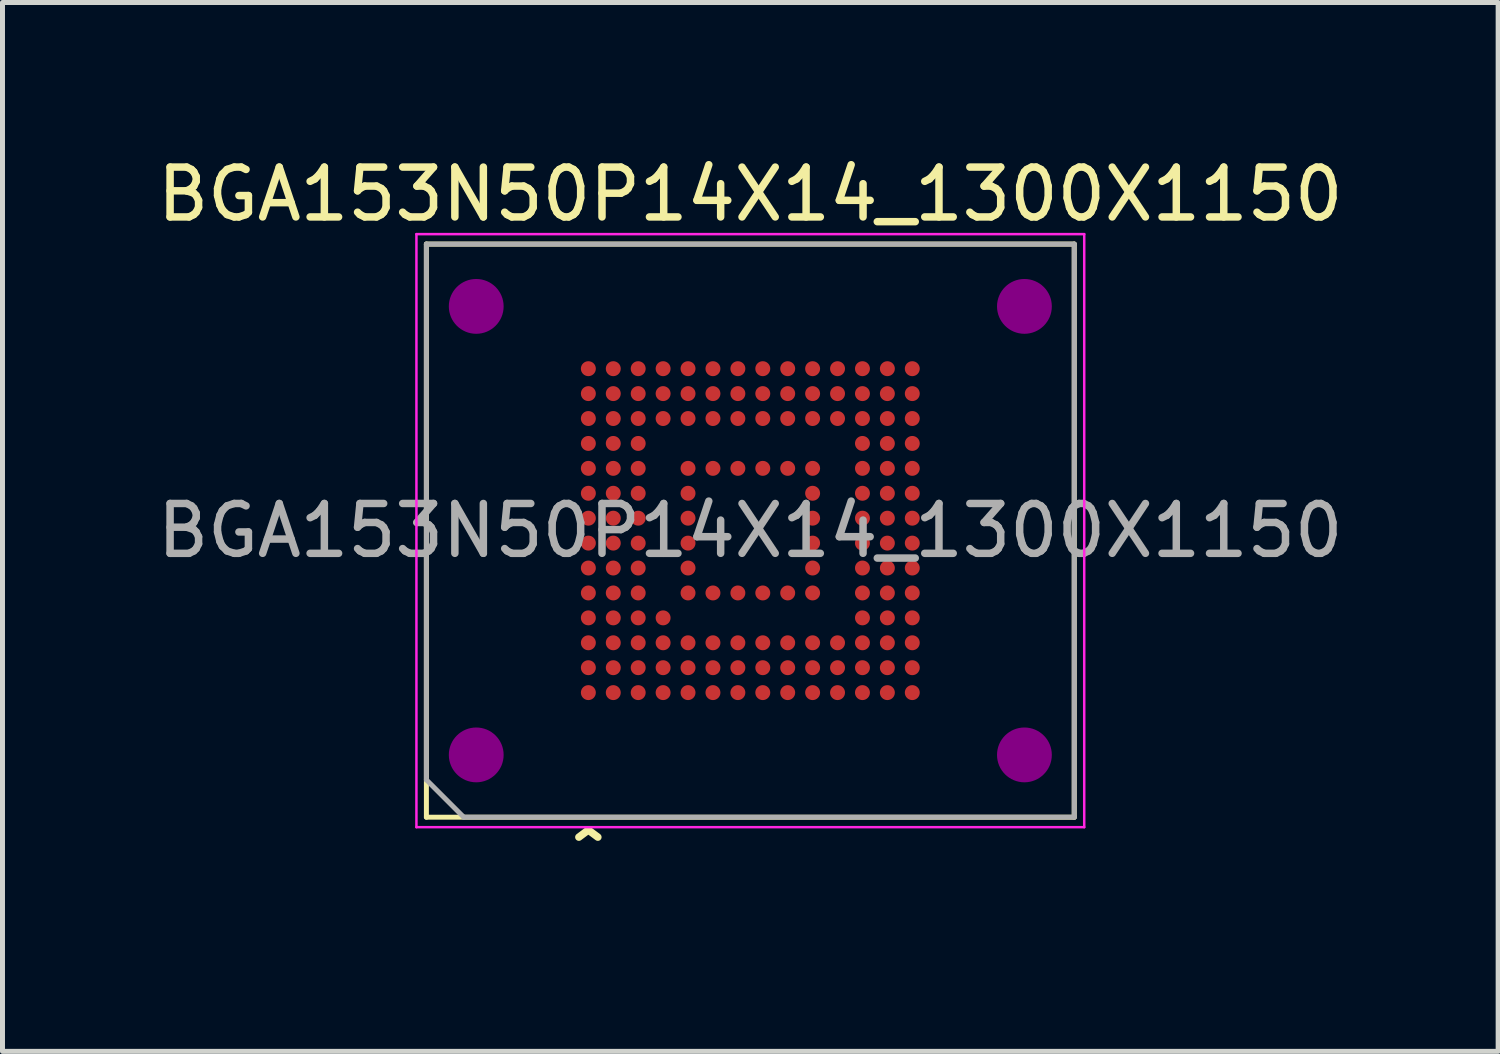
<source format=kicad_pcb>
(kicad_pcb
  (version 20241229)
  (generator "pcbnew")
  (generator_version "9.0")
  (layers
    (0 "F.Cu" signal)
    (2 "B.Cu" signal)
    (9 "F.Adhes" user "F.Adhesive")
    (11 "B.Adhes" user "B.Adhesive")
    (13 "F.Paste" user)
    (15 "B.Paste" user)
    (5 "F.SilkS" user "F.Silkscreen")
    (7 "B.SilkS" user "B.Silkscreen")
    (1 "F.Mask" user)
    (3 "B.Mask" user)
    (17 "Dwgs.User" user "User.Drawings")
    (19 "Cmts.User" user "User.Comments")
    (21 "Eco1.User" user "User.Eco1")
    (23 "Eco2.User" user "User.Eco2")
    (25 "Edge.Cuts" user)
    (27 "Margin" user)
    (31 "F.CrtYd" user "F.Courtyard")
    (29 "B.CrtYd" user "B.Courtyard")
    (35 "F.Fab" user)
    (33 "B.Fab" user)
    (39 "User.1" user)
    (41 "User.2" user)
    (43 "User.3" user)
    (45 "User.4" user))
  (footprint "BGA153N50P14X14_1300X1150"
    (layer "F.Cu")
    (at 12.006 7.598)
    (property "Reference" "BGA153N50P14X14_1300X1150" (at 0 -6.75 0) (layer "F.SilkS") (effects (font (size 1 1) (thickness 0.15))))
    (attr smd)
    (fp_line (start -6.5 -5.75) (end 6.5 -5.75) (stroke (width 0.1) (type solid)) (layer "F.SilkS"))
    (fp_line (start -6.5 5.75) (end -6.5 -5.75) (stroke (width 0.1) (type solid)) (layer "F.SilkS"))
    (fp_line (start 6.5 -5.75) (end 6.5 5.75) (stroke (width 0.1) (type solid)) (layer "F.SilkS"))
    (fp_line (start 6.5 5.75) (end -6.5 5.75) (stroke (width 0.1) (type solid)) (layer "F.SilkS"))
    (fp_circle (center -5.5 -4.5) (end -5 -4.5) (stroke (width 0.1) (type solid)) (fill yes) (layer "F.Adhes"))
    (fp_circle (center -5.5 4.5) (end -5 4.5) (stroke (width 0.1) (type solid)) (fill yes) (layer "F.Adhes"))
    (fp_circle (center 5.5 -4.5) (end 6 -4.5) (stroke (width 0.1) (type solid)) (fill yes) (layer "F.Adhes"))
    (fp_circle (center 5.5 4.5) (end 6 4.5) (stroke (width 0.1) (type solid)) (fill yes) (layer "F.Adhes"))
    (fp_line (start -6.7 -5.95) (end 6.7 -5.95) (stroke (width 0.05) (type solid)) (layer "F.CrtYd"))
    (fp_line (start -6.7 5.95) (end -6.7 -5.95) (stroke (width 0.05) (type solid)) (layer "F.CrtYd"))
    (fp_line (start 6.7 -5.95) (end 6.7 5.95) (stroke (width 0.05) (type solid)) (layer "F.CrtYd"))
    (fp_line (start 6.7 5.95) (end -6.7 5.95) (stroke (width 0.05) (type solid)) (layer "F.CrtYd"))
    (fp_line (start -6.5 -5.75) (end 6.5 -5.75) (stroke (width 0.1) (type solid)) (layer "F.Fab"))
    (fp_line (start -6.5 5) (end -6.5 -5.75) (stroke (width 0.1) (type solid)) (layer "F.Fab"))
    (fp_line (start -5.75 5.75) (end -6.5 5) (stroke (width 0.1) (type solid)) (layer "F.Fab"))
    (fp_line (start 6.5 -5.75) (end 6.5 5.75) (stroke (width 0.1) (type solid)) (layer "F.Fab"))
    (fp_line (start 6.5 5.75) (end -5.75 5.75) (stroke (width 0.1) (type solid)) (layer "F.Fab"))
    (fp_text user "^" (at -3.25 6.6 0) (unlocked yes) (layer "F.SilkS") (effects (font (size 1 1) (thickness 0.15))))
    (fp_text user "${REFERENCE}" (at 0 0 0) (unlocked yes) (layer "F.Fab") (effects (font (size 1 1) (thickness 0.15))))
    (pad "A1" smd circle (at -3.25 3.25 90) (size 0.3 0.3) (layers "F.Cu" "F.Mask" "F.Paste"))
    (pad "A2" smd circle (at -3.25 2.75 90) (size 0.3 0.3) (layers "F.Cu" "F.Mask" "F.Paste"))
    (pad "A3" smd circle (at -3.25 2.25 90) (size 0.3 0.3) (layers "F.Cu" "F.Mask" "F.Paste"))
    (pad "A4" smd circle (at -3.25 1.75 90) (size 0.3 0.3) (layers "F.Cu" "F.Mask" "F.Paste"))
    (pad "A5" smd circle (at -3.25 1.25 90) (size 0.3 0.3) (layers "F.Cu" "F.Mask" "F.Paste"))
    (pad "A6" smd circle (at -3.25 0.75 90) (size 0.3 0.3) (layers "F.Cu" "F.Mask" "F.Paste"))
    (pad "A7" smd circle (at -3.25 0.25 90) (size 0.3 0.3) (layers "F.Cu" "F.Mask" "F.Paste"))
    (pad "A8" smd circle (at -3.25 -0.25 90) (size 0.3 0.3) (layers "F.Cu" "F.Mask" "F.Paste"))
    (pad "A9" smd circle (at -3.25 -0.75 90) (size 0.3 0.3) (layers "F.Cu" "F.Mask" "F.Paste"))
    (pad "A10" smd circle (at -3.25 -1.25 90) (size 0.3 0.3) (layers "F.Cu" "F.Mask" "F.Paste"))
    (pad "A11" smd circle (at -3.25 -1.75 90) (size 0.3 0.3) (layers "F.Cu" "F.Mask" "F.Paste"))
    (pad "A12" smd circle (at -3.25 -2.25 90) (size 0.3 0.3) (layers "F.Cu" "F.Mask" "F.Paste"))
    (pad "A13" smd circle (at -3.25 -2.75 90) (size 0.3 0.3) (layers "F.Cu" "F.Mask" "F.Paste"))
    (pad "A14" smd circle (at -3.25 -3.25 90) (size 0.3 0.3) (layers "F.Cu" "F.Mask" "F.Paste"))
    (pad "B1" smd circle (at -2.75 3.25 90) (size 0.3 0.3) (layers "F.Cu" "F.Mask" "F.Paste"))
    (pad "B2" smd circle (at -2.75 2.75 90) (size 0.3 0.3) (layers "F.Cu" "F.Mask" "F.Paste"))
    (pad "B3" smd circle (at -2.75 2.25 90) (size 0.3 0.3) (layers "F.Cu" "F.Mask" "F.Paste"))
    (pad "B4" smd circle (at -2.75 1.75 90) (size 0.3 0.3) (layers "F.Cu" "F.Mask" "F.Paste"))
    (pad "B5" smd circle (at -2.75 1.25 90) (size 0.3 0.3) (layers "F.Cu" "F.Mask" "F.Paste"))
    (pad "B6" smd circle (at -2.75 0.75 90) (size 0.3 0.3) (layers "F.Cu" "F.Mask" "F.Paste"))
    (pad "B7" smd circle (at -2.75 0.25 90) (size 0.3 0.3) (layers "F.Cu" "F.Mask" "F.Paste"))
    (pad "B8" smd circle (at -2.75 -0.25 90) (size 0.3 0.3) (layers "F.Cu" "F.Mask" "F.Paste"))
    (pad "B9" smd circle (at -2.75 -0.75 90) (size 0.3 0.3) (layers "F.Cu" "F.Mask" "F.Paste"))
    (pad "B10" smd circle (at -2.75 -1.25 90) (size 0.3 0.3) (layers "F.Cu" "F.Mask" "F.Paste"))
    (pad "B11" smd circle (at -2.75 -1.75 90) (size 0.3 0.3) (layers "F.Cu" "F.Mask" "F.Paste"))
    (pad "B12" smd circle (at -2.75 -2.25 90) (size 0.3 0.3) (layers "F.Cu" "F.Mask" "F.Paste"))
    (pad "B13" smd circle (at -2.75 -2.75 90) (size 0.3 0.3) (layers "F.Cu" "F.Mask" "F.Paste"))
    (pad "B14" smd circle (at -2.75 -3.25 90) (size 0.3 0.3) (layers "F.Cu" "F.Mask" "F.Paste"))
    (pad "C1" smd circle (at -2.25 3.25 90) (size 0.3 0.3) (layers "F.Cu" "F.Mask" "F.Paste"))
    (pad "C2" smd circle (at -2.25 2.75 90) (size 0.3 0.3) (layers "F.Cu" "F.Mask" "F.Paste"))
    (pad "C3" smd circle (at -2.25 2.25 90) (size 0.3 0.3) (layers "F.Cu" "F.Mask" "F.Paste"))
    (pad "C4" smd circle (at -2.25 1.75 90) (size 0.3 0.3) (layers "F.Cu" "F.Mask" "F.Paste"))
    (pad "C5" smd circle (at -2.25 1.25 90) (size 0.3 0.3) (layers "F.Cu" "F.Mask" "F.Paste"))
    (pad "C6" smd circle (at -2.25 0.75 90) (size 0.3 0.3) (layers "F.Cu" "F.Mask" "F.Paste"))
    (pad "C7" smd circle (at -2.25 0.25 90) (size 0.3 0.3) (layers "F.Cu" "F.Mask" "F.Paste"))
    (pad "C8" smd circle (at -2.25 -0.25 90) (size 0.3 0.3) (layers "F.Cu" "F.Mask" "F.Paste"))
    (pad "C9" smd circle (at -2.25 -0.75 90) (size 0.3 0.3) (layers "F.Cu" "F.Mask" "F.Paste"))
    (pad "C10" smd circle (at -2.25 -1.25 90) (size 0.3 0.3) (layers "F.Cu" "F.Mask" "F.Paste"))
    (pad "C11" smd circle (at -2.25 -1.75 90) (size 0.3 0.3) (layers "F.Cu" "F.Mask" "F.Paste"))
    (pad "C12" smd circle (at -2.25 -2.25 90) (size 0.3 0.3) (layers "F.Cu" "F.Mask" "F.Paste"))
    (pad "C13" smd circle (at -2.25 -2.75 90) (size 0.3 0.3) (layers "F.Cu" "F.Mask" "F.Paste"))
    (pad "C14" smd circle (at -2.25 -3.25 90) (size 0.3 0.3) (layers "F.Cu" "F.Mask" "F.Paste"))
    (pad "D1" smd circle (at -1.75 3.25 90) (size 0.3 0.3) (layers "F.Cu" "F.Mask" "F.Paste"))
    (pad "D2" smd circle (at -1.75 2.75 90) (size 0.3 0.3) (layers "F.Cu" "F.Mask" "F.Paste"))
    (pad "D3" smd circle (at -1.75 2.25 90) (size 0.3 0.3) (layers "F.Cu" "F.Mask" "F.Paste"))
    (pad "D4" smd circle (at -1.75 1.75 90) (size 0.3 0.3) (layers "F.Cu" "F.Mask" "F.Paste"))
    (pad "D12" smd circle (at -1.75 -2.25 90) (size 0.3 0.3) (layers "F.Cu" "F.Mask" "F.Paste"))
    (pad "D13" smd circle (at -1.75 -2.75 90) (size 0.3 0.3) (layers "F.Cu" "F.Mask" "F.Paste"))
    (pad "D14" smd circle (at -1.75 -3.25 90) (size 0.3 0.3) (layers "F.Cu" "F.Mask" "F.Paste"))
    (pad "E1" smd circle (at -1.25 3.25 90) (size 0.3 0.3) (layers "F.Cu" "F.Mask" "F.Paste"))
    (pad "E2" smd circle (at -1.25 2.75 90) (size 0.3 0.3) (layers "F.Cu" "F.Mask" "F.Paste"))
    (pad "E3" smd circle (at -1.25 2.25 90) (size 0.3 0.3) (layers "F.Cu" "F.Mask" "F.Paste"))
    (pad "E5" smd circle (at -1.25 1.25 90) (size 0.3 0.3) (layers "F.Cu" "F.Mask" "F.Paste"))
    (pad "E6" smd circle (at -1.25 0.75 90) (size 0.3 0.3) (layers "F.Cu" "F.Mask" "F.Paste"))
    (pad "E7" smd circle (at -1.25 0.25 90) (size 0.3 0.3) (layers "F.Cu" "F.Mask" "F.Paste"))
    (pad "E8" smd circle (at -1.25 -0.25 90) (size 0.3 0.3) (layers "F.Cu" "F.Mask" "F.Paste"))
    (pad "E9" smd circle (at -1.25 -0.75 90) (size 0.3 0.3) (layers "F.Cu" "F.Mask" "F.Paste"))
    (pad "E10" smd circle (at -1.25 -1.25 90) (size 0.3 0.3) (layers "F.Cu" "F.Mask" "F.Paste"))
    (pad "E12" smd circle (at -1.25 -2.25 90) (size 0.3 0.3) (layers "F.Cu" "F.Mask" "F.Paste"))
    (pad "E13" smd circle (at -1.25 -2.75 90) (size 0.3 0.3) (layers "F.Cu" "F.Mask" "F.Paste"))
    (pad "E14" smd circle (at -1.25 -3.25 90) (size 0.3 0.3) (layers "F.Cu" "F.Mask" "F.Paste"))
    (pad "F1" smd circle (at -0.75 3.25 90) (size 0.3 0.3) (layers "F.Cu" "F.Mask" "F.Paste"))
    (pad "F2" smd circle (at -0.75 2.75 90) (size 0.3 0.3) (layers "F.Cu" "F.Mask" "F.Paste"))
    (pad "F3" smd circle (at -0.75 2.25 90) (size 0.3 0.3) (layers "F.Cu" "F.Mask" "F.Paste"))
    (pad "F5" smd circle (at -0.75 1.25 90) (size 0.3 0.3) (layers "F.Cu" "F.Mask" "F.Paste"))
    (pad "F10" smd circle (at -0.75 -1.25 90) (size 0.3 0.3) (layers "F.Cu" "F.Mask" "F.Paste"))
    (pad "F12" smd circle (at -0.75 -2.25 90) (size 0.3 0.3) (layers "F.Cu" "F.Mask" "F.Paste"))
    (pad "F13" smd circle (at -0.75 -2.75 90) (size 0.3 0.3) (layers "F.Cu" "F.Mask" "F.Paste"))
    (pad "F14" smd circle (at -0.75 -3.25 90) (size 0.3 0.3) (layers "F.Cu" "F.Mask" "F.Paste"))
    (pad "G1" smd circle (at -0.25 3.25 90) (size 0.3 0.3) (layers "F.Cu" "F.Mask" "F.Paste"))
    (pad "G2" smd circle (at -0.25 2.75 90) (size 0.3 0.3) (layers "F.Cu" "F.Mask" "F.Paste"))
    (pad "G3" smd circle (at -0.25 2.25 90) (size 0.3 0.3) (layers "F.Cu" "F.Mask" "F.Paste"))
    (pad "G5" smd circle (at -0.25 1.25 90) (size 0.3 0.3) (layers "F.Cu" "F.Mask" "F.Paste"))
    (pad "G10" smd circle (at -0.25 -1.25 90) (size 0.3 0.3) (layers "F.Cu" "F.Mask" "F.Paste"))
    (pad "G12" smd circle (at -0.25 -2.25 90) (size 0.3 0.3) (layers "F.Cu" "F.Mask" "F.Paste"))
    (pad "G13" smd circle (at -0.25 -2.75 90) (size 0.3 0.3) (layers "F.Cu" "F.Mask" "F.Paste"))
    (pad "G14" smd circle (at -0.25 -3.25 90) (size 0.3 0.3) (layers "F.Cu" "F.Mask" "F.Paste"))
    (pad "H1" smd circle (at 0.25 3.25 90) (size 0.3 0.3) (layers "F.Cu" "F.Mask" "F.Paste"))
    (pad "H2" smd circle (at 0.25 2.75 90) (size 0.3 0.3) (layers "F.Cu" "F.Mask" "F.Paste"))
    (pad "H3" smd circle (at 0.25 2.25 90) (size 0.3 0.3) (layers "F.Cu" "F.Mask" "F.Paste"))
    (pad "H5" smd circle (at 0.25 1.25 90) (size 0.3 0.3) (layers "F.Cu" "F.Mask" "F.Paste"))
    (pad "H10" smd circle (at 0.25 -1.25 90) (size 0.3 0.3) (layers "F.Cu" "F.Mask" "F.Paste"))
    (pad "H12" smd circle (at 0.25 -2.25 90) (size 0.3 0.3) (layers "F.Cu" "F.Mask" "F.Paste"))
    (pad "H13" smd circle (at 0.25 -2.75 90) (size 0.3 0.3) (layers "F.Cu" "F.Mask" "F.Paste"))
    (pad "H14" smd circle (at 0.25 -3.25 90) (size 0.3 0.3) (layers "F.Cu" "F.Mask" "F.Paste"))
    (pad "J1" smd circle (at 0.75 3.25 90) (size 0.3 0.3) (layers "F.Cu" "F.Mask" "F.Paste"))
    (pad "J2" smd circle (at 0.75 2.75 90) (size 0.3 0.3) (layers "F.Cu" "F.Mask" "F.Paste"))
    (pad "J3" smd circle (at 0.75 2.25 90) (size 0.3 0.3) (layers "F.Cu" "F.Mask" "F.Paste"))
    (pad "J5" smd circle (at 0.75 1.25 90) (size 0.3 0.3) (layers "F.Cu" "F.Mask" "F.Paste"))
    (pad "J10" smd circle (at 0.75 -1.25 90) (size 0.3 0.3) (layers "F.Cu" "F.Mask" "F.Paste"))
    (pad "J12" smd circle (at 0.75 -2.25 90) (size 0.3 0.3) (layers "F.Cu" "F.Mask" "F.Paste"))
    (pad "J13" smd circle (at 0.75 -2.75 90) (size 0.3 0.3) (layers "F.Cu" "F.Mask" "F.Paste"))
    (pad "J14" smd circle (at 0.75 -3.25 90) (size 0.3 0.3) (layers "F.Cu" "F.Mask" "F.Paste"))
    (pad "K1" smd circle (at 1.25 3.25 90) (size 0.3 0.3) (layers "F.Cu" "F.Mask" "F.Paste"))
    (pad "K2" smd circle (at 1.25 2.75 90) (size 0.3 0.3) (layers "F.Cu" "F.Mask" "F.Paste"))
    (pad "K3" smd circle (at 1.25 2.25 90) (size 0.3 0.3) (layers "F.Cu" "F.Mask" "F.Paste"))
    (pad "K5" smd circle (at 1.25 1.25 90) (size 0.3 0.3) (layers "F.Cu" "F.Mask" "F.Paste"))
    (pad "K6" smd circle (at 1.25 0.75 90) (size 0.3 0.3) (layers "F.Cu" "F.Mask" "F.Paste"))
    (pad "K7" smd circle (at 1.25 0.25 90) (size 0.3 0.3) (layers "F.Cu" "F.Mask" "F.Paste"))
    (pad "K8" smd circle (at 1.25 -0.25 90) (size 0.3 0.3) (layers "F.Cu" "F.Mask" "F.Paste"))
    (pad "K9" smd circle (at 1.25 -0.75 90) (size 0.3 0.3) (layers "F.Cu" "F.Mask" "F.Paste"))
    (pad "K10" smd circle (at 1.25 -1.25 90) (size 0.3 0.3) (layers "F.Cu" "F.Mask" "F.Paste"))
    (pad "K12" smd circle (at 1.25 -2.25 90) (size 0.3 0.3) (layers "F.Cu" "F.Mask" "F.Paste"))
    (pad "K13" smd circle (at 1.25 -2.75 90) (size 0.3 0.3) (layers "F.Cu" "F.Mask" "F.Paste"))
    (pad "K14" smd circle (at 1.25 -3.25 90) (size 0.3 0.3) (layers "F.Cu" "F.Mask" "F.Paste"))
    (pad "L1" smd circle (at 1.75 3.25 90) (size 0.3 0.3) (layers "F.Cu" "F.Mask" "F.Paste"))
    (pad "L2" smd circle (at 1.75 2.75 90) (size 0.3 0.3) (layers "F.Cu" "F.Mask" "F.Paste"))
    (pad "L3" smd circle (at 1.75 2.25 90) (size 0.3 0.3) (layers "F.Cu" "F.Mask" "F.Paste"))
    (pad "L12" smd circle (at 1.75 -2.25 90) (size 0.3 0.3) (layers "F.Cu" "F.Mask" "F.Paste"))
    (pad "L13" smd circle (at 1.75 -2.75 90) (size 0.3 0.3) (layers "F.Cu" "F.Mask" "F.Paste"))
    (pad "L14" smd circle (at 1.75 -3.25 90) (size 0.3 0.3) (layers "F.Cu" "F.Mask" "F.Paste"))
    (pad "M1" smd circle (at 2.25 3.25 90) (size 0.3 0.3) (layers "F.Cu" "F.Mask" "F.Paste"))
    (pad "M2" smd circle (at 2.25 2.75 90) (size 0.3 0.3) (layers "F.Cu" "F.Mask" "F.Paste"))
    (pad "M3" smd circle (at 2.25 2.25 90) (size 0.3 0.3) (layers "F.Cu" "F.Mask" "F.Paste"))
    (pad "M4" smd circle (at 2.25 1.75 90) (size 0.3 0.3) (layers "F.Cu" "F.Mask" "F.Paste"))
    (pad "M5" smd circle (at 2.25 1.25 90) (size 0.3 0.3) (layers "F.Cu" "F.Mask" "F.Paste"))
    (pad "M6" smd circle (at 2.25 0.75 90) (size 0.3 0.3) (layers "F.Cu" "F.Mask" "F.Paste"))
    (pad "M7" smd circle (at 2.25 0.25 90) (size 0.3 0.3) (layers "F.Cu" "F.Mask" "F.Paste"))
    (pad "M8" smd circle (at 2.25 -0.25 90) (size 0.3 0.3) (layers "F.Cu" "F.Mask" "F.Paste"))
    (pad "M9" smd circle (at 2.25 -0.75 90) (size 0.3 0.3) (layers "F.Cu" "F.Mask" "F.Paste"))
    (pad "M10" smd circle (at 2.25 -1.25 90) (size 0.3 0.3) (layers "F.Cu" "F.Mask" "F.Paste"))
    (pad "M11" smd circle (at 2.25 -1.75 90) (size 0.3 0.3) (layers "F.Cu" "F.Mask" "F.Paste"))
    (pad "M12" smd circle (at 2.25 -2.25 90) (size 0.3 0.3) (layers "F.Cu" "F.Mask" "F.Paste"))
    (pad "M13" smd circle (at 2.25 -2.75 90) (size 0.3 0.3) (layers "F.Cu" "F.Mask" "F.Paste"))
    (pad "M14" smd circle (at 2.25 -3.25 90) (size 0.3 0.3) (layers "F.Cu" "F.Mask" "F.Paste"))
    (pad "N1" smd circle (at 2.75 3.25 90) (size 0.3 0.3) (layers "F.Cu" "F.Mask" "F.Paste"))
    (pad "N2" smd circle (at 2.75 2.75 90) (size 0.3 0.3) (layers "F.Cu" "F.Mask" "F.Paste"))
    (pad "N3" smd circle (at 2.75 2.25 90) (size 0.3 0.3) (layers "F.Cu" "F.Mask" "F.Paste"))
    (pad "N4" smd circle (at 2.75 1.75 90) (size 0.3 0.3) (layers "F.Cu" "F.Mask" "F.Paste"))
    (pad "N5" smd circle (at 2.75 1.25 90) (size 0.3 0.3) (layers "F.Cu" "F.Mask" "F.Paste"))
    (pad "N6" smd circle (at 2.75 0.75 90) (size 0.3 0.3) (layers "F.Cu" "F.Mask" "F.Paste"))
    (pad "N7" smd circle (at 2.75 0.25 90) (size 0.3 0.3) (layers "F.Cu" "F.Mask" "F.Paste"))
    (pad "N8" smd circle (at 2.75 -0.25 90) (size 0.3 0.3) (layers "F.Cu" "F.Mask" "F.Paste"))
    (pad "N9" smd circle (at 2.75 -0.75 90) (size 0.3 0.3) (layers "F.Cu" "F.Mask" "F.Paste"))
    (pad "N10" smd circle (at 2.75 -1.25 90) (size 0.3 0.3) (layers "F.Cu" "F.Mask" "F.Paste"))
    (pad "N11" smd circle (at 2.75 -1.75 90) (size 0.3 0.3) (layers "F.Cu" "F.Mask" "F.Paste"))
    (pad "N12" smd circle (at 2.75 -2.25 90) (size 0.3 0.3) (layers "F.Cu" "F.Mask" "F.Paste"))
    (pad "N13" smd circle (at 2.75 -2.75 90) (size 0.3 0.3) (layers "F.Cu" "F.Mask" "F.Paste"))
    (pad "N14" smd circle (at 2.75 -3.25 90) (size 0.3 0.3) (layers "F.Cu" "F.Mask" "F.Paste"))
    (pad "P1" smd circle (at 3.25 3.25 90) (size 0.3 0.3) (layers "F.Cu" "F.Mask" "F.Paste"))
    (pad "P2" smd circle (at 3.25 2.75 90) (size 0.3 0.3) (layers "F.Cu" "F.Mask" "F.Paste"))
    (pad "P3" smd circle (at 3.25 2.25 90) (size 0.3 0.3) (layers "F.Cu" "F.Mask" "F.Paste"))
    (pad "P4" smd circle (at 3.25 1.75 90) (size 0.3 0.3) (layers "F.Cu" "F.Mask" "F.Paste"))
    (pad "P5" smd circle (at 3.25 1.25 90) (size 0.3 0.3) (layers "F.Cu" "F.Mask" "F.Paste"))
    (pad "P6" smd circle (at 3.25 0.75 90) (size 0.3 0.3) (layers "F.Cu" "F.Mask" "F.Paste"))
    (pad "P7" smd circle (at 3.25 0.25 90) (size 0.3 0.3) (layers "F.Cu" "F.Mask" "F.Paste"))
    (pad "P8" smd circle (at 3.25 -0.25 90) (size 0.3 0.3) (layers "F.Cu" "F.Mask" "F.Paste"))
    (pad "P9" smd circle (at 3.25 -0.75 90) (size 0.3 0.3) (layers "F.Cu" "F.Mask" "F.Paste"))
    (pad "P10" smd circle (at 3.25 -1.25 90) (size 0.3 0.3) (layers "F.Cu" "F.Mask" "F.Paste"))
    (pad "P11" smd circle (at 3.25 -1.75 90) (size 0.3 0.3) (layers "F.Cu" "F.Mask" "F.Paste"))
    (pad "P12" smd circle (at 3.25 -2.25 90) (size 0.3 0.3) (layers "F.Cu" "F.Mask" "F.Paste"))
    (pad "P13" smd circle (at 3.25 -2.75 90) (size 0.3 0.3) (layers "F.Cu" "F.Mask" "F.Paste"))
    (pad "P14" smd circle (at 3.25 -3.25 90) (size 0.3 0.3) (layers "F.Cu" "F.Mask" "F.Paste")))
  (gr_rect
    (start -3 -3)
    (end 27.012 18.047)
    (stroke (width 0.1) (type default))
    (fill no)
    (layer "Edge.Cuts")))
</source>
